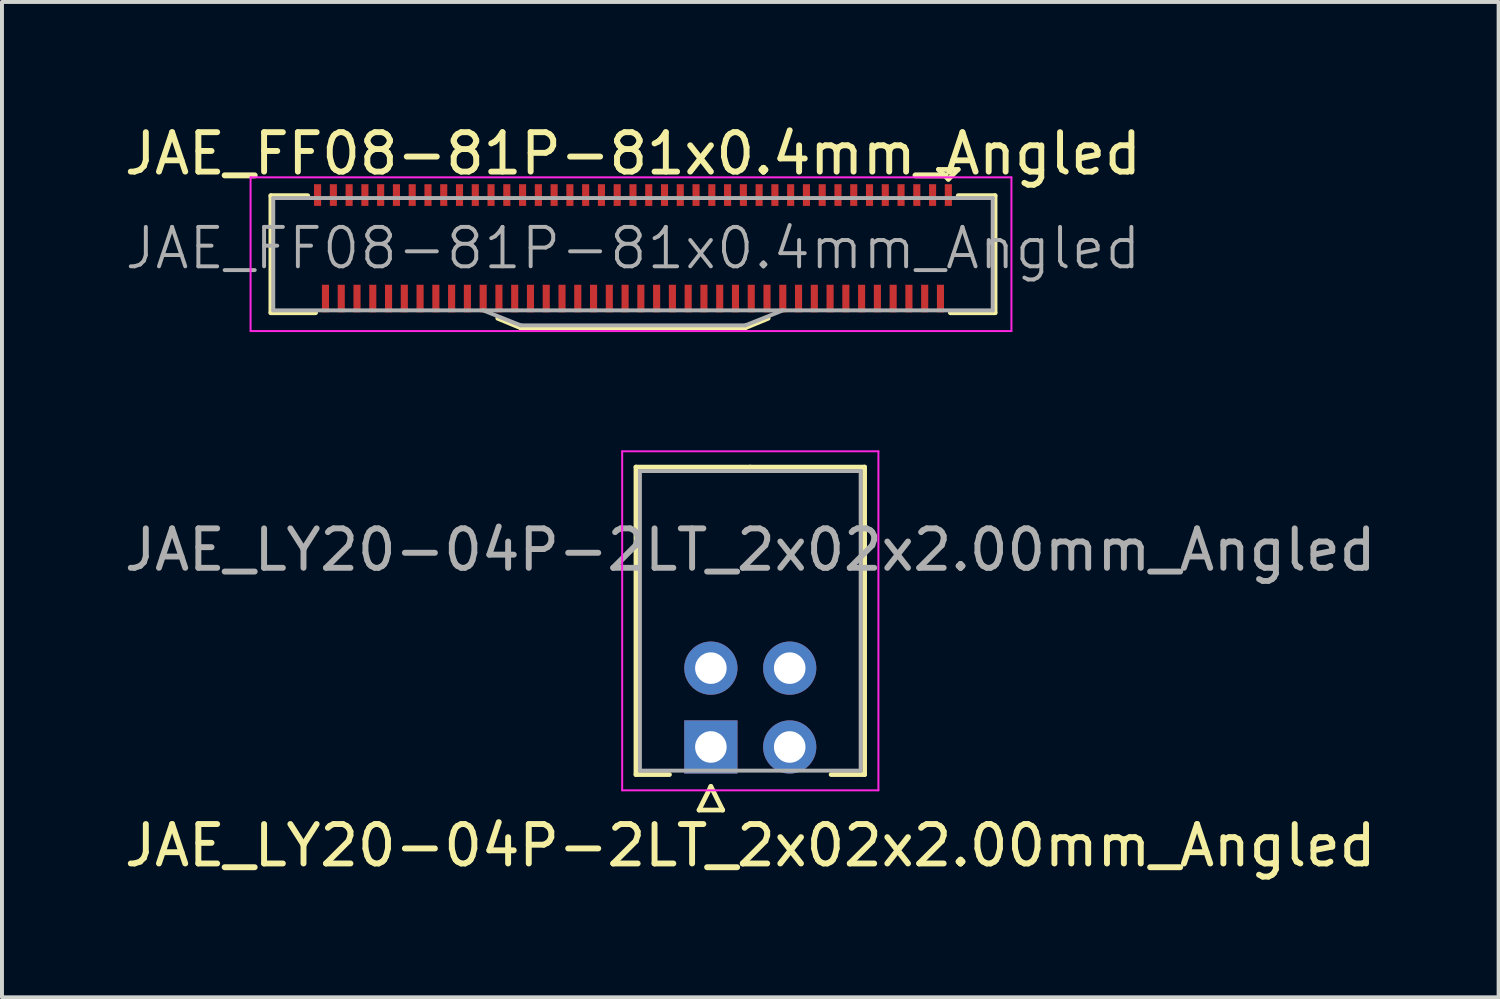
<source format=kicad_pcb>
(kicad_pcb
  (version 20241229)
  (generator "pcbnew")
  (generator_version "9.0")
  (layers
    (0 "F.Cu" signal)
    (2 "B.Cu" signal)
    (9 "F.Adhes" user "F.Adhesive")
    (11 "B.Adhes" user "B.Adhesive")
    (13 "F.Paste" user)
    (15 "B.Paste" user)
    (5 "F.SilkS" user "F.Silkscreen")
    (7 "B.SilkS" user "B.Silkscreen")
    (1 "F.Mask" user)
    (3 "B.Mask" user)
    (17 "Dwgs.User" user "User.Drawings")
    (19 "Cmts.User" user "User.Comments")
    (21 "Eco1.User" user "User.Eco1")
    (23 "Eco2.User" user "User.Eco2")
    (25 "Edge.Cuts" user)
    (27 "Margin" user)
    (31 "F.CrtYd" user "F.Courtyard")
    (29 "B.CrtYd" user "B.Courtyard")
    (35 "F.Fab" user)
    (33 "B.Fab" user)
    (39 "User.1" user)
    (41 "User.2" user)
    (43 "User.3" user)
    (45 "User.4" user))
  (footprint "JAE_LY20-04P-2LT_2x02x2.00mm_Angled"
    (layer "F.Cu")
    (at 14.982 15.898)
    (property "Reference" "JAE_LY20-04P-2LT_2x02x2.00mm_Angled" (at 1 2.5 0) (layer "F.SilkS") (effects (font (size 1 1) (thickness 0.15))))
    (attr through_hole)
    (fp_line (start -1.9 -7.1) (end 1 -7.1) (stroke (width 0.12) (type solid)) (layer "F.SilkS"))
    (fp_line (start -1.9 0.7) (end -1.9 -7.1) (stroke (width 0.12) (type solid)) (layer "F.SilkS"))
    (fp_line (start -1.05 0.7) (end -1.9 0.7) (stroke (width 0.12) (type solid)) (layer "F.SilkS"))
    (fp_line (start -0.3 1.6) (end 0.3 1.6) (stroke (width 0.12) (type solid)) (layer "F.SilkS"))
    (fp_line (start 0 1) (end -0.3 1.6) (stroke (width 0.12) (type solid)) (layer "F.SilkS"))
    (fp_line (start 0.3 1.6) (end 0 1) (stroke (width 0.12) (type solid)) (layer "F.SilkS"))
    (fp_line (start 3.05 0.7) (end 3.9 0.7) (stroke (width 0.12) (type solid)) (layer "F.SilkS"))
    (fp_line (start 3.9 -7.1) (end 1 -7.1) (stroke (width 0.12) (type solid)) (layer "F.SilkS"))
    (fp_line (start 3.9 0.7) (end 3.9 -7.1) (stroke (width 0.12) (type solid)) (layer "F.SilkS"))
    (fp_line (start -2.25 -7.5) (end -2.25 1.1) (stroke (width 0.05) (type solid)) (layer "F.CrtYd"))
    (fp_line (start -2.25 1.1) (end 4.25 1.1) (stroke (width 0.05) (type solid)) (layer "F.CrtYd"))
    (fp_line (start 4.25 -7.5) (end -2.25 -7.5) (stroke (width 0.05) (type solid)) (layer "F.CrtYd"))
    (fp_line (start 4.25 1.1) (end 4.25 -7.5) (stroke (width 0.05) (type solid)) (layer "F.CrtYd"))
    (fp_line (start -1.8 -7) (end -1.8 0.6) (stroke (width 0.1) (type solid)) (layer "F.Fab"))
    (fp_line (start -1.8 0.6) (end 3.8 0.6) (stroke (width 0.1) (type solid)) (layer "F.Fab"))
    (fp_line (start 3.8 -7) (end -1.8 -7) (stroke (width 0.1) (type solid)) (layer "F.Fab"))
    (fp_line (start 3.8 0.6) (end 3.8 -7) (stroke (width 0.1) (type solid)) (layer "F.Fab"))
    (fp_text user "${REFERENCE}" (at 1 -5 0) (layer "F.Fab") (effects (font (size 1 1) (thickness 0.15))))
    (pad "1" thru_hole rect (at 0 0) (size 1.35 1.35) (drill 0.8) (layers "*.Cu" "*.Mask"))
    (pad "2" thru_hole circle (at 2 0) (size 1.35 1.35) (drill 0.8) (layers "*.Cu" "*.Mask"))
    (pad "3" thru_hole circle (at 0 -2) (size 1.35 1.35) (drill 0.8) (layers "*.Cu" "*.Mask"))
    (pad "4" thru_hole circle (at 2 -2) (size 1.35 1.35) (drill 0.8) (layers "*.Cu" "*.Mask")))
  (footprint "JAE_FF08-81P-81x0.4mm_Angled"
    (layer "F.Cu")
    (at 13.006 3.248)
    (property "Reference" "JAE_FF08-81P-81x0.4mm_Angled" (at 0 -2.4 0) (layer "F.SilkS") (effects (font (size 1 1) (thickness 0.15))))
    (attr smd)
    (fp_line (start -9.185 -1.335) (end -8.25 -1.335) (stroke (width 0.12) (type solid)) (layer "F.SilkS"))
    (fp_line (start -9.185 1.635) (end -9.185 -1.335) (stroke (width 0.12) (type solid)) (layer "F.SilkS"))
    (fp_line (start -8.05 1.635) (end -9.185 1.635) (stroke (width 0.12) (type solid)) (layer "F.SilkS"))
    (fp_line (start -3.43 1.775) (end -2.85 2.015) (stroke (width 0.12) (type solid)) (layer "F.SilkS"))
    (fp_line (start 2.85 2.015) (end -2.85 2.015) (stroke (width 0.12) (type solid)) (layer "F.SilkS"))
    (fp_line (start 3.43 1.775) (end 2.85 2.015) (stroke (width 0.12) (type solid)) (layer "F.SilkS"))
    (fp_line (start 7.75 -2) (end 8.25 -2) (stroke (width 0.12) (type solid)) (layer "F.SilkS"))
    (fp_line (start 8 -1.75) (end 7.75 -2) (stroke (width 0.12) (type solid)) (layer "F.SilkS"))
    (fp_line (start 8.25 -2) (end 8 -1.75) (stroke (width 0.12) (type solid)) (layer "F.SilkS"))
    (fp_line (start 9.185 -1.335) (end 8.25 -1.335) (stroke (width 0.12) (type solid)) (layer "F.SilkS"))
    (fp_line (start 9.185 -1.335) (end 9.185 1.635) (stroke (width 0.12) (type solid)) (layer "F.SilkS"))
    (fp_line (start 9.185 1.635) (end 8.05 1.635) (stroke (width 0.12) (type solid)) (layer "F.SilkS"))
    (fp_line (start -9.7 -1.8) (end 9.6 -1.8) (stroke (width 0.05) (type solid)) (layer "F.CrtYd"))
    (fp_line (start -9.7 2.1) (end -9.7 -1.8) (stroke (width 0.05) (type solid)) (layer "F.CrtYd"))
    (fp_line (start 9.6 -1.8) (end 9.6 2.1) (stroke (width 0.05) (type solid)) (layer "F.CrtYd"))
    (fp_line (start 9.6 2.1) (end -9.7 2.1) (stroke (width 0.05) (type solid)) (layer "F.CrtYd"))
    (fp_line (start -9.125 -1.275) (end -9.125 1.575) (stroke (width 0.1) (type solid)) (layer "F.Fab"))
    (fp_line (start -9.125 -1.275) (end 9.125 -1.275) (stroke (width 0.1) (type solid)) (layer "F.Fab"))
    (fp_line (start -9.125 1.575) (end 9.125 1.575) (stroke (width 0.1) (type solid)) (layer "F.Fab"))
    (fp_line (start -2.85 1.955) (end -3.8 1.575) (stroke (width 0.1) (type solid)) (layer "F.Fab"))
    (fp_line (start -2.85 1.955) (end 2.85 1.955) (stroke (width 0.1) (type solid)) (layer "F.Fab"))
    (fp_line (start 2.85 1.955) (end 3.8 1.575) (stroke (width 0.1) (type solid)) (layer "F.Fab"))
    (fp_line (start 9.125 -1.275) (end 9.125 1.575) (stroke (width 0.1) (type solid)) (layer "F.Fab"))
    (fp_text user "${REFERENCE}" (at 0 0 0) (layer "F.Fab") (effects (font (size 1 1) (thickness 0.1))))
    (pad "1" smd rect (at 8 -1.35) (size 0.18 0.55) (layers "F.Cu" "F.Mask" "F.Paste"))
    (pad "2" smd rect (at 7.8 1.275) (size 0.18 0.7) (layers "F.Cu" "F.Mask" "F.Paste"))
    (pad "3" smd rect (at 7.6 -1.35) (size 0.18 0.55) (layers "F.Cu" "F.Mask" "F.Paste"))
    (pad "4" smd rect (at 7.4 1.275) (size 0.18 0.7) (layers "F.Cu" "F.Mask" "F.Paste"))
    (pad "5" smd rect (at 7.2 -1.35) (size 0.18 0.55) (layers "F.Cu" "F.Mask" "F.Paste"))
    (pad "6" smd rect (at 7 1.275) (size 0.18 0.7) (layers "F.Cu" "F.Mask" "F.Paste"))
    (pad "7" smd rect (at 6.8 -1.35) (size 0.18 0.55) (layers "F.Cu" "F.Mask" "F.Paste"))
    (pad "8" smd rect (at 6.6 1.275) (size 0.18 0.7) (layers "F.Cu" "F.Mask" "F.Paste"))
    (pad "9" smd rect (at 6.4 -1.35) (size 0.18 0.55) (layers "F.Cu" "F.Mask" "F.Paste"))
    (pad "10" smd rect (at 6.2 1.275) (size 0.18 0.7) (layers "F.Cu" "F.Mask" "F.Paste"))
    (pad "11" smd rect (at 6 -1.35) (size 0.18 0.55) (layers "F.Cu" "F.Mask" "F.Paste"))
    (pad "12" smd rect (at 5.8 1.275) (size 0.18 0.7) (layers "F.Cu" "F.Mask" "F.Paste"))
    (pad "13" smd rect (at 5.6 -1.35) (size 0.18 0.55) (layers "F.Cu" "F.Mask" "F.Paste"))
    (pad "14" smd rect (at 5.4 1.275) (size 0.18 0.7) (layers "F.Cu" "F.Mask" "F.Paste"))
    (pad "15" smd rect (at 5.2 -1.35) (size 0.18 0.55) (layers "F.Cu" "F.Mask" "F.Paste"))
    (pad "16" smd rect (at 5 1.275) (size 0.18 0.7) (layers "F.Cu" "F.Mask" "F.Paste"))
    (pad "17" smd rect (at 4.8 -1.35) (size 0.18 0.55) (layers "F.Cu" "F.Mask" "F.Paste"))
    (pad "18" smd rect (at 4.6 1.275) (size 0.18 0.7) (layers "F.Cu" "F.Mask" "F.Paste"))
    (pad "19" smd rect (at 4.4 -1.35) (size 0.18 0.55) (layers "F.Cu" "F.Mask" "F.Paste"))
    (pad "20" smd rect (at 4.2 1.275) (size 0.18 0.7) (layers "F.Cu" "F.Mask" "F.Paste"))
    (pad "21" smd rect (at 4 -1.35) (size 0.18 0.55) (layers "F.Cu" "F.Mask" "F.Paste"))
    (pad "22" smd rect (at 3.8 1.275) (size 0.18 0.7) (layers "F.Cu" "F.Mask" "F.Paste"))
    (pad "23" smd rect (at 3.6 -1.35) (size 0.18 0.55) (layers "F.Cu" "F.Mask" "F.Paste"))
    (pad "24" smd rect (at 3.4 1.275) (size 0.18 0.7) (layers "F.Cu" "F.Mask" "F.Paste"))
    (pad "25" smd rect (at 3.2 -1.35) (size 0.18 0.55) (layers "F.Cu" "F.Mask" "F.Paste"))
    (pad "26" smd rect (at 3 1.275) (size 0.18 0.7) (layers "F.Cu" "F.Mask" "F.Paste"))
    (pad "27" smd rect (at 2.8 -1.35) (size 0.18 0.55) (layers "F.Cu" "F.Mask" "F.Paste"))
    (pad "28" smd rect (at 2.6 1.275) (size 0.18 0.7) (layers "F.Cu" "F.Mask" "F.Paste"))
    (pad "29" smd rect (at 2.4 -1.35) (size 0.18 0.55) (layers "F.Cu" "F.Mask" "F.Paste"))
    (pad "30" smd rect (at 2.2 1.275) (size 0.18 0.7) (layers "F.Cu" "F.Mask" "F.Paste"))
    (pad "31" smd rect (at 2 -1.35) (size 0.18 0.55) (layers "F.Cu" "F.Mask" "F.Paste"))
    (pad "32" smd rect (at 1.8 1.275) (size 0.18 0.7) (layers "F.Cu" "F.Mask" "F.Paste"))
    (pad "33" smd rect (at 1.6 -1.35) (size 0.18 0.55) (layers "F.Cu" "F.Mask" "F.Paste"))
    (pad "34" smd rect (at 1.4 1.275) (size 0.18 0.7) (layers "F.Cu" "F.Mask" "F.Paste"))
    (pad "35" smd rect (at 1.2 -1.35) (size 0.18 0.55) (layers "F.Cu" "F.Mask" "F.Paste"))
    (pad "36" smd rect (at 1 1.275) (size 0.18 0.7) (layers "F.Cu" "F.Mask" "F.Paste"))
    (pad "37" smd rect (at 0.8 -1.35) (size 0.18 0.55) (layers "F.Cu" "F.Mask" "F.Paste"))
    (pad "38" smd rect (at 0.6 1.275) (size 0.18 0.7) (layers "F.Cu" "F.Mask" "F.Paste"))
    (pad "39" smd rect (at 0.4 -1.35) (size 0.18 0.55) (layers "F.Cu" "F.Mask" "F.Paste"))
    (pad "40" smd rect (at 0.2 1.275) (size 0.18 0.7) (layers "F.Cu" "F.Mask" "F.Paste"))
    (pad "41" smd rect (at 0 -1.35) (size 0.18 0.55) (layers "F.Cu" "F.Mask" "F.Paste"))
    (pad "42" smd rect (at -0.2 1.275) (size 0.18 0.7) (layers "F.Cu" "F.Mask" "F.Paste"))
    (pad "43" smd rect (at -0.4 -1.35) (size 0.18 0.55) (layers "F.Cu" "F.Mask" "F.Paste"))
    (pad "44" smd rect (at -0.6 1.275) (size 0.18 0.7) (layers "F.Cu" "F.Mask" "F.Paste"))
    (pad "45" smd rect (at -0.8 -1.35) (size 0.18 0.55) (layers "F.Cu" "F.Mask" "F.Paste"))
    (pad "46" smd rect (at -1 1.275) (size 0.18 0.7) (layers "F.Cu" "F.Mask" "F.Paste"))
    (pad "47" smd rect (at -1.2 -1.35) (size 0.18 0.55) (layers "F.Cu" "F.Mask" "F.Paste"))
    (pad "48" smd rect (at -1.4 1.275) (size 0.18 0.7) (layers "F.Cu" "F.Mask" "F.Paste"))
    (pad "49" smd rect (at -1.6 -1.35) (size 0.18 0.55) (layers "F.Cu" "F.Mask" "F.Paste"))
    (pad "50" smd rect (at -1.8 1.275) (size 0.18 0.7) (layers "F.Cu" "F.Mask" "F.Paste"))
    (pad "51" smd rect (at -2 -1.35) (size 0.18 0.55) (layers "F.Cu" "F.Mask" "F.Paste"))
    (pad "52" smd rect (at -2.2 1.275) (size 0.18 0.7) (layers "F.Cu" "F.Mask" "F.Paste"))
    (pad "53" smd rect (at -2.4 -1.35) (size 0.18 0.55) (layers "F.Cu" "F.Mask" "F.Paste"))
    (pad "54" smd rect (at -2.6 1.275) (size 0.18 0.7) (layers "F.Cu" "F.Mask" "F.Paste"))
    (pad "55" smd rect (at -2.8 -1.35) (size 0.18 0.55) (layers "F.Cu" "F.Mask" "F.Paste"))
    (pad "56" smd rect (at -3 1.275) (size 0.18 0.7) (layers "F.Cu" "F.Mask" "F.Paste"))
    (pad "57" smd rect (at -3.2 -1.35) (size 0.18 0.55) (layers "F.Cu" "F.Mask" "F.Paste"))
    (pad "58" smd rect (at -3.4 1.275) (size 0.18 0.7) (layers "F.Cu" "F.Mask" "F.Paste"))
    (pad "59" smd rect (at -3.6 -1.35) (size 0.18 0.55) (layers "F.Cu" "F.Mask" "F.Paste"))
    (pad "60" smd rect (at -3.8 1.275) (size 0.18 0.7) (layers "F.Cu" "F.Mask" "F.Paste"))
    (pad "61" smd rect (at -4 -1.35) (size 0.18 0.55) (layers "F.Cu" "F.Mask" "F.Paste"))
    (pad "62" smd rect (at -4.2 1.275) (size 0.18 0.7) (layers "F.Cu" "F.Mask" "F.Paste"))
    (pad "63" smd rect (at -4.4 -1.35) (size 0.18 0.55) (layers "F.Cu" "F.Mask" "F.Paste"))
    (pad "64" smd rect (at -4.6 1.275) (size 0.18 0.7) (layers "F.Cu" "F.Mask" "F.Paste"))
    (pad "65" smd rect (at -4.8 -1.35) (size 0.18 0.55) (layers "F.Cu" "F.Mask" "F.Paste"))
    (pad "66" smd rect (at -5 1.275) (size 0.18 0.7) (layers "F.Cu" "F.Mask" "F.Paste"))
    (pad "67" smd rect (at -5.2 -1.35) (size 0.18 0.55) (layers "F.Cu" "F.Mask" "F.Paste"))
    (pad "68" smd rect (at -5.4 1.275) (size 0.18 0.7) (layers "F.Cu" "F.Mask" "F.Paste"))
    (pad "69" smd rect (at -5.6 -1.35) (size 0.18 0.55) (layers "F.Cu" "F.Mask" "F.Paste"))
    (pad "70" smd rect (at -5.8 1.275) (size 0.18 0.7) (layers "F.Cu" "F.Mask" "F.Paste"))
    (pad "71" smd rect (at -6 -1.35) (size 0.18 0.55) (layers "F.Cu" "F.Mask" "F.Paste"))
    (pad "72" smd rect (at -6.2 1.275) (size 0.18 0.7) (layers "F.Cu" "F.Mask" "F.Paste"))
    (pad "73" smd rect (at -6.4 -1.35) (size 0.18 0.55) (layers "F.Cu" "F.Mask" "F.Paste"))
    (pad "74" smd rect (at -6.6 1.275) (size 0.18 0.7) (layers "F.Cu" "F.Mask" "F.Paste"))
    (pad "75" smd rect (at -6.8 -1.35) (size 0.18 0.55) (layers "F.Cu" "F.Mask" "F.Paste"))
    (pad "76" smd rect (at -7 1.275) (size 0.18 0.7) (layers "F.Cu" "F.Mask" "F.Paste"))
    (pad "77" smd rect (at -7.2 -1.35) (size 0.18 0.55) (layers "F.Cu" "F.Mask" "F.Paste"))
    (pad "78" smd rect (at -7.4 1.275) (size 0.18 0.7) (layers "F.Cu" "F.Mask" "F.Paste"))
    (pad "79" smd rect (at -7.6 -1.35) (size 0.18 0.55) (layers "F.Cu" "F.Mask" "F.Paste"))
    (pad "80" smd rect (at -7.8 1.275) (size 0.18 0.7) (layers "F.Cu" "F.Mask" "F.Paste"))
    (pad "81" smd rect (at -8 -1.35) (size 0.18 0.55) (layers "F.Cu" "F.Mask" "F.Paste")))
  (gr_rect
    (start -3 -3)
    (end 34.964 22.247)
    (stroke (width 0.1) (type default))
    (fill no)
    (layer "Edge.Cuts")))
</source>
